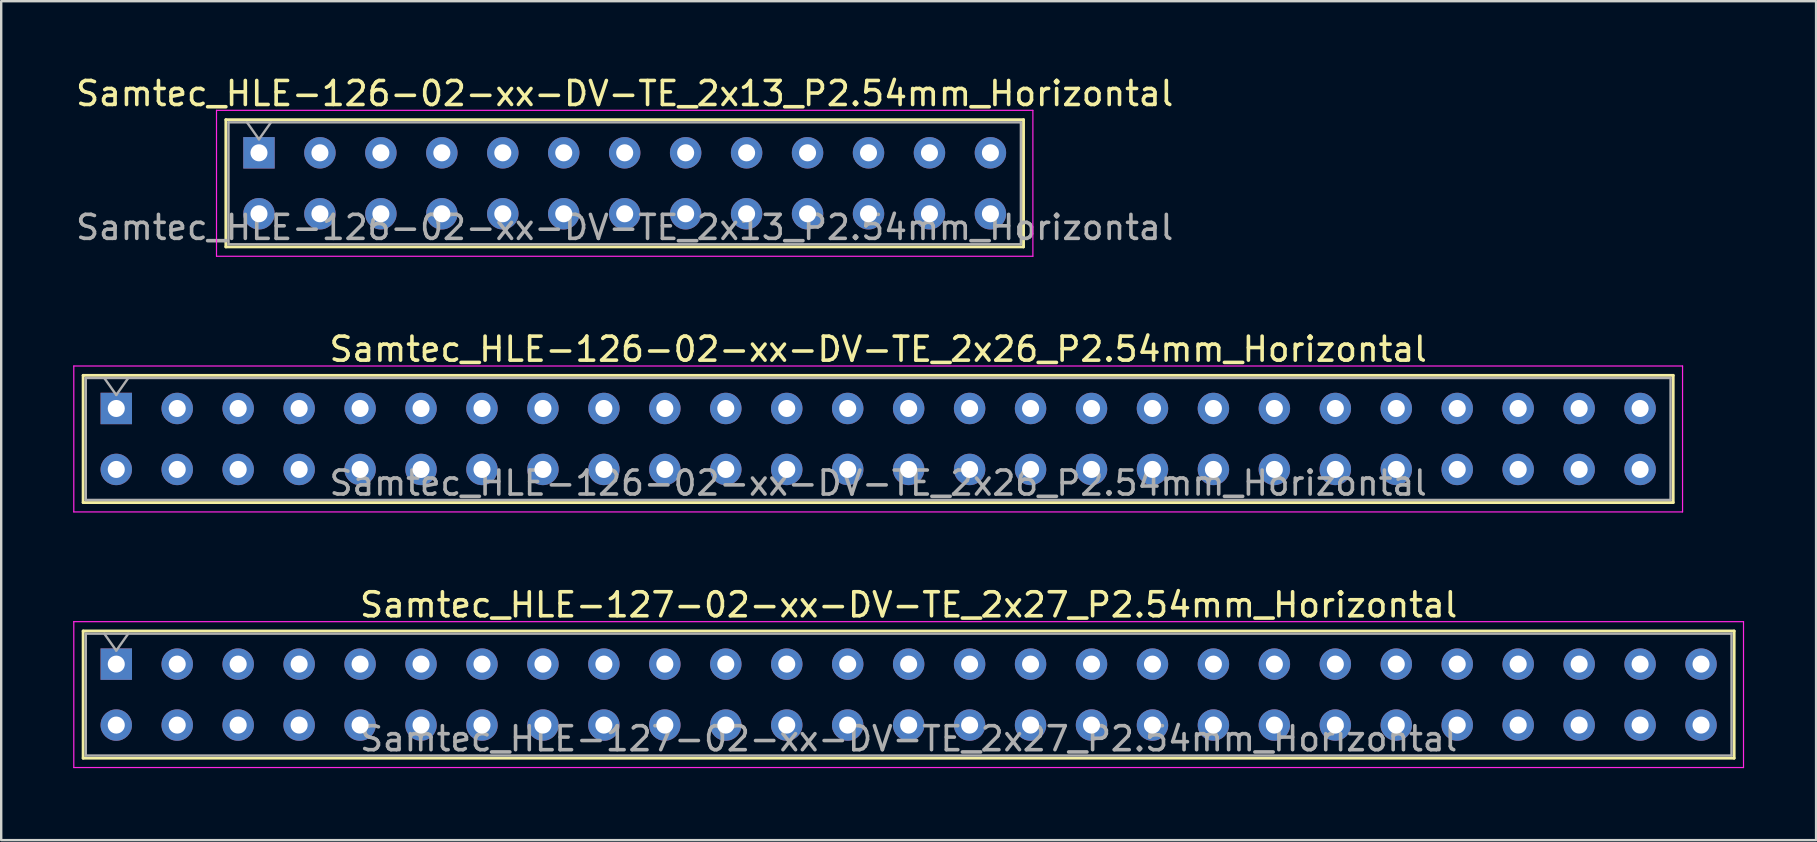
<source format=kicad_pcb>
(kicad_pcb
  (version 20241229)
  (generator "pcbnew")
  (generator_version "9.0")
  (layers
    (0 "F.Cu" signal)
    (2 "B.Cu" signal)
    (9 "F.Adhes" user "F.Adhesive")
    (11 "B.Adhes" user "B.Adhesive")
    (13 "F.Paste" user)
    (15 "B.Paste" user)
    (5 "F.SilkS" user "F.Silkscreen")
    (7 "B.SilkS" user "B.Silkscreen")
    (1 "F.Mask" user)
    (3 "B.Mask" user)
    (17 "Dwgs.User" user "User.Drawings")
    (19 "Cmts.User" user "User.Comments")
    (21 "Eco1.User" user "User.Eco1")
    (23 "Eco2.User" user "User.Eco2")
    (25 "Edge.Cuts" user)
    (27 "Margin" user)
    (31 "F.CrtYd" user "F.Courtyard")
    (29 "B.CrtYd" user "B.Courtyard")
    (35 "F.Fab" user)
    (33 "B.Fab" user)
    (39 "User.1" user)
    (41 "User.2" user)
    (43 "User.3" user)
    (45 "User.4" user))
  (footprint "Samtec_HLE-127-02-xx-DV-TE_2x27_P2.54mm_Horizontal"
    (layer "F.Cu")
    (at 1.795 24.625)
    (property "Reference" "Samtec_HLE-127-02-xx-DV-TE_2x27_P2.54mm_Horizontal" (at 33.02 -2.47 0) (layer "F.SilkS") (effects (font (size 1 1) (thickness 0.15))))
    (attr through_hole)
    (fp_line (start -1.38 -1.38) (end 67.42 -1.38) (stroke (width 0.12) (type solid)) (layer "F.SilkS"))
    (fp_line (start -1.38 3.92) (end -1.38 -1.38) (stroke (width 0.12) (type solid)) (layer "F.SilkS"))
    (fp_line (start 67.42 -1.38) (end 67.42 3.92) (stroke (width 0.12) (type solid)) (layer "F.SilkS"))
    (fp_line (start 67.42 3.92) (end -1.38 3.92) (stroke (width 0.12) (type solid)) (layer "F.SilkS"))
    (fp_line (start -1.77 -1.77) (end 67.81 -1.77) (stroke (width 0.05) (type solid)) (layer "F.CrtYd"))
    (fp_line (start -1.77 4.31) (end -1.77 -1.77) (stroke (width 0.05) (type solid)) (layer "F.CrtYd"))
    (fp_line (start 67.81 -1.77) (end 67.81 4.31) (stroke (width 0.05) (type solid)) (layer "F.CrtYd"))
    (fp_line (start 67.81 4.31) (end -1.77 4.31) (stroke (width 0.05) (type solid)) (layer "F.CrtYd"))
    (fp_line (start -1.27 -1.27) (end 67.31 -1.27) (stroke (width 0.1) (type solid)) (layer "F.Fab"))
    (fp_line (start -1.27 3.81) (end -1.27 -1.27) (stroke (width 0.1) (type solid)) (layer "F.Fab"))
    (fp_line (start -0.5 -1.27) (end 0 -0.563) (stroke (width 0.1) (type solid)) (layer "F.Fab"))
    (fp_line (start 0 -0.563) (end 0.5 -1.27) (stroke (width 0.1) (type solid)) (layer "F.Fab"))
    (fp_line (start 67.31 -1.27) (end 67.31 3.81) (stroke (width 0.1) (type solid)) (layer "F.Fab"))
    (fp_line (start 67.31 3.81) (end -1.27 3.81) (stroke (width 0.1) (type solid)) (layer "F.Fab"))
    (fp_text user "${REFERENCE}" (at 33.02 3.11 0) (layer "F.Fab") (effects (font (size 1 1) (thickness 0.15))))
    (pad "1" thru_hole rect (at 0 0) (size 1.31 1.31) (drill 0.71) (layers "*.Cu" "*.Mask"))
    (pad "2" thru_hole circle (at 0 2.54) (size 1.31 1.31) (drill 0.71) (layers "*.Cu" "*.Mask"))
    (pad "3" thru_hole circle (at 2.54 0) (size 1.31 1.31) (drill 0.71) (layers "*.Cu" "*.Mask"))
    (pad "4" thru_hole circle (at 2.54 2.54) (size 1.31 1.31) (drill 0.71) (layers "*.Cu" "*.Mask"))
    (pad "5" thru_hole circle (at 5.08 0) (size 1.31 1.31) (drill 0.71) (layers "*.Cu" "*.Mask"))
    (pad "6" thru_hole circle (at 5.08 2.54) (size 1.31 1.31) (drill 0.71) (layers "*.Cu" "*.Mask"))
    (pad "7" thru_hole circle (at 7.62 0) (size 1.31 1.31) (drill 0.71) (layers "*.Cu" "*.Mask"))
    (pad "8" thru_hole circle (at 7.62 2.54) (size 1.31 1.31) (drill 0.71) (layers "*.Cu" "*.Mask"))
    (pad "9" thru_hole circle (at 10.16 0) (size 1.31 1.31) (drill 0.71) (layers "*.Cu" "*.Mask"))
    (pad "10" thru_hole circle (at 10.16 2.54) (size 1.31 1.31) (drill 0.71) (layers "*.Cu" "*.Mask"))
    (pad "11" thru_hole circle (at 12.7 0) (size 1.31 1.31) (drill 0.71) (layers "*.Cu" "*.Mask"))
    (pad "12" thru_hole circle (at 12.7 2.54) (size 1.31 1.31) (drill 0.71) (layers "*.Cu" "*.Mask"))
    (pad "13" thru_hole circle (at 15.24 0) (size 1.31 1.31) (drill 0.71) (layers "*.Cu" "*.Mask"))
    (pad "14" thru_hole circle (at 15.24 2.54) (size 1.31 1.31) (drill 0.71) (layers "*.Cu" "*.Mask"))
    (pad "15" thru_hole circle (at 17.78 0) (size 1.31 1.31) (drill 0.71) (layers "*.Cu" "*.Mask"))
    (pad "16" thru_hole circle (at 17.78 2.54) (size 1.31 1.31) (drill 0.71) (layers "*.Cu" "*.Mask"))
    (pad "17" thru_hole circle (at 20.32 0) (size 1.31 1.31) (drill 0.71) (layers "*.Cu" "*.Mask"))
    (pad "18" thru_hole circle (at 20.32 2.54) (size 1.31 1.31) (drill 0.71) (layers "*.Cu" "*.Mask"))
    (pad "19" thru_hole circle (at 22.86 0) (size 1.31 1.31) (drill 0.71) (layers "*.Cu" "*.Mask"))
    (pad "20" thru_hole circle (at 22.86 2.54) (size 1.31 1.31) (drill 0.71) (layers "*.Cu" "*.Mask"))
    (pad "21" thru_hole circle (at 25.4 0) (size 1.31 1.31) (drill 0.71) (layers "*.Cu" "*.Mask"))
    (pad "22" thru_hole circle (at 25.4 2.54) (size 1.31 1.31) (drill 0.71) (layers "*.Cu" "*.Mask"))
    (pad "23" thru_hole circle (at 27.94 0) (size 1.31 1.31) (drill 0.71) (layers "*.Cu" "*.Mask"))
    (pad "24" thru_hole circle (at 27.94 2.54) (size 1.31 1.31) (drill 0.71) (layers "*.Cu" "*.Mask"))
    (pad "25" thru_hole circle (at 30.48 0) (size 1.31 1.31) (drill 0.71) (layers "*.Cu" "*.Mask"))
    (pad "26" thru_hole circle (at 30.48 2.54) (size 1.31 1.31) (drill 0.71) (layers "*.Cu" "*.Mask"))
    (pad "27" thru_hole circle (at 33.02 0) (size 1.31 1.31) (drill 0.71) (layers "*.Cu" "*.Mask"))
    (pad "28" thru_hole circle (at 33.02 2.54) (size 1.31 1.31) (drill 0.71) (layers "*.Cu" "*.Mask"))
    (pad "29" thru_hole circle (at 35.56 0) (size 1.31 1.31) (drill 0.71) (layers "*.Cu" "*.Mask"))
    (pad "30" thru_hole circle (at 35.56 2.54) (size 1.31 1.31) (drill 0.71) (layers "*.Cu" "*.Mask"))
    (pad "31" thru_hole circle (at 38.1 0) (size 1.31 1.31) (drill 0.71) (layers "*.Cu" "*.Mask"))
    (pad "32" thru_hole circle (at 38.1 2.54) (size 1.31 1.31) (drill 0.71) (layers "*.Cu" "*.Mask"))
    (pad "33" thru_hole circle (at 40.64 0) (size 1.31 1.31) (drill 0.71) (layers "*.Cu" "*.Mask"))
    (pad "34" thru_hole circle (at 40.64 2.54) (size 1.31 1.31) (drill 0.71) (layers "*.Cu" "*.Mask"))
    (pad "35" thru_hole circle (at 43.18 0) (size 1.31 1.31) (drill 0.71) (layers "*.Cu" "*.Mask"))
    (pad "36" thru_hole circle (at 43.18 2.54) (size 1.31 1.31) (drill 0.71) (layers "*.Cu" "*.Mask"))
    (pad "37" thru_hole circle (at 45.72 0) (size 1.31 1.31) (drill 0.71) (layers "*.Cu" "*.Mask"))
    (pad "38" thru_hole circle (at 45.72 2.54) (size 1.31 1.31) (drill 0.71) (layers "*.Cu" "*.Mask"))
    (pad "39" thru_hole circle (at 48.26 0) (size 1.31 1.31) (drill 0.71) (layers "*.Cu" "*.Mask"))
    (pad "40" thru_hole circle (at 48.26 2.54) (size 1.31 1.31) (drill 0.71) (layers "*.Cu" "*.Mask"))
    (pad "41" thru_hole circle (at 50.8 0) (size 1.31 1.31) (drill 0.71) (layers "*.Cu" "*.Mask"))
    (pad "42" thru_hole circle (at 50.8 2.54) (size 1.31 1.31) (drill 0.71) (layers "*.Cu" "*.Mask"))
    (pad "43" thru_hole circle (at 53.34 0) (size 1.31 1.31) (drill 0.71) (layers "*.Cu" "*.Mask"))
    (pad "44" thru_hole circle (at 53.34 2.54) (size 1.31 1.31) (drill 0.71) (layers "*.Cu" "*.Mask"))
    (pad "45" thru_hole circle (at 55.88 0) (size 1.31 1.31) (drill 0.71) (layers "*.Cu" "*.Mask"))
    (pad "46" thru_hole circle (at 55.88 2.54) (size 1.31 1.31) (drill 0.71) (layers "*.Cu" "*.Mask"))
    (pad "47" thru_hole circle (at 58.42 0) (size 1.31 1.31) (drill 0.71) (layers "*.Cu" "*.Mask"))
    (pad "48" thru_hole circle (at 58.42 2.54) (size 1.31 1.31) (drill 0.71) (layers "*.Cu" "*.Mask"))
    (pad "49" thru_hole circle (at 60.96 0) (size 1.31 1.31) (drill 0.71) (layers "*.Cu" "*.Mask"))
    (pad "50" thru_hole circle (at 60.96 2.54) (size 1.31 1.31) (drill 0.71) (layers "*.Cu" "*.Mask"))
    (pad "51" thru_hole circle (at 63.5 0) (size 1.31 1.31) (drill 0.71) (layers "*.Cu" "*.Mask"))
    (pad "52" thru_hole circle (at 63.5 2.54) (size 1.31 1.31) (drill 0.71) (layers "*.Cu" "*.Mask"))
    (pad "53" thru_hole circle (at 66.04 0) (size 1.31 1.31) (drill 0.71) (layers "*.Cu" "*.Mask"))
    (pad "54" thru_hole circle (at 66.04 2.54) (size 1.31 1.31) (drill 0.71) (layers "*.Cu" "*.Mask")))
  (footprint "Samtec_HLE-126-02-xx-DV-TE_2x13_P2.54mm_Horizontal"
    (layer "F.Cu")
    (at 7.742 3.318)
    (property "Reference" "Samtec_HLE-126-02-xx-DV-TE_2x13_P2.54mm_Horizontal" (at 15.24 -2.47 0) (layer "F.SilkS") (effects (font (size 1 1) (thickness 0.15))))
    (attr through_hole)
    (fp_line (start -1.38 -1.38) (end 31.86 -1.38) (stroke (width 0.12) (type solid)) (layer "F.SilkS"))
    (fp_line (start -1.38 3.92) (end -1.38 -1.38) (stroke (width 0.12) (type solid)) (layer "F.SilkS"))
    (fp_line (start 31.86 -1.38) (end 31.86 3.92) (stroke (width 0.12) (type solid)) (layer "F.SilkS"))
    (fp_line (start 31.86 3.92) (end -1.38 3.92) (stroke (width 0.12) (type solid)) (layer "F.SilkS"))
    (fp_line (start -1.77 -1.77) (end 32.25 -1.77) (stroke (width 0.05) (type solid)) (layer "F.CrtYd"))
    (fp_line (start -1.77 4.31) (end -1.77 -1.77) (stroke (width 0.05) (type solid)) (layer "F.CrtYd"))
    (fp_line (start 32.25 -1.77) (end 32.25 4.31) (stroke (width 0.05) (type solid)) (layer "F.CrtYd"))
    (fp_line (start 32.25 4.31) (end -1.77 4.31) (stroke (width 0.05) (type solid)) (layer "F.CrtYd"))
    (fp_line (start -1.27 -1.27) (end 31.75 -1.27) (stroke (width 0.1) (type solid)) (layer "F.Fab"))
    (fp_line (start -1.27 3.81) (end -1.27 -1.27) (stroke (width 0.1) (type solid)) (layer "F.Fab"))
    (fp_line (start -0.5 -1.27) (end 0 -0.563) (stroke (width 0.1) (type solid)) (layer "F.Fab"))
    (fp_line (start 0 -0.563) (end 0.5 -1.27) (stroke (width 0.1) (type solid)) (layer "F.Fab"))
    (fp_line (start 31.75 -1.27) (end 31.75 3.81) (stroke (width 0.1) (type solid)) (layer "F.Fab"))
    (fp_line (start 31.75 3.81) (end -1.27 3.81) (stroke (width 0.1) (type solid)) (layer "F.Fab"))
    (fp_text user "${REFERENCE}" (at 15.24 3.11 0) (layer "F.Fab") (effects (font (size 1 1) (thickness 0.15))))
    (pad "1" thru_hole rect (at 0 0) (size 1.31 1.31) (drill 0.71) (layers "*.Cu" "*.Mask"))
    (pad "2" thru_hole circle (at 0 2.54) (size 1.31 1.31) (drill 0.71) (layers "*.Cu" "*.Mask"))
    (pad "3" thru_hole circle (at 2.54 0) (size 1.31 1.31) (drill 0.71) (layers "*.Cu" "*.Mask"))
    (pad "4" thru_hole circle (at 2.54 2.54) (size 1.31 1.31) (drill 0.71) (layers "*.Cu" "*.Mask"))
    (pad "5" thru_hole circle (at 5.08 0) (size 1.31 1.31) (drill 0.71) (layers "*.Cu" "*.Mask"))
    (pad "6" thru_hole circle (at 5.08 2.54) (size 1.31 1.31) (drill 0.71) (layers "*.Cu" "*.Mask"))
    (pad "7" thru_hole circle (at 7.62 0) (size 1.31 1.31) (drill 0.71) (layers "*.Cu" "*.Mask"))
    (pad "8" thru_hole circle (at 7.62 2.54) (size 1.31 1.31) (drill 0.71) (layers "*.Cu" "*.Mask"))
    (pad "9" thru_hole circle (at 10.16 0) (size 1.31 1.31) (drill 0.71) (layers "*.Cu" "*.Mask"))
    (pad "10" thru_hole circle (at 10.16 2.54) (size 1.31 1.31) (drill 0.71) (layers "*.Cu" "*.Mask"))
    (pad "11" thru_hole circle (at 12.7 0) (size 1.31 1.31) (drill 0.71) (layers "*.Cu" "*.Mask"))
    (pad "12" thru_hole circle (at 12.7 2.54) (size 1.31 1.31) (drill 0.71) (layers "*.Cu" "*.Mask"))
    (pad "13" thru_hole circle (at 15.24 0) (size 1.31 1.31) (drill 0.71) (layers "*.Cu" "*.Mask"))
    (pad "14" thru_hole circle (at 15.24 2.54) (size 1.31 1.31) (drill 0.71) (layers "*.Cu" "*.Mask"))
    (pad "15" thru_hole circle (at 17.78 0) (size 1.31 1.31) (drill 0.71) (layers "*.Cu" "*.Mask"))
    (pad "16" thru_hole circle (at 17.78 2.54) (size 1.31 1.31) (drill 0.71) (layers "*.Cu" "*.Mask"))
    (pad "17" thru_hole circle (at 20.32 0) (size 1.31 1.31) (drill 0.71) (layers "*.Cu" "*.Mask"))
    (pad "18" thru_hole circle (at 20.32 2.54) (size 1.31 1.31) (drill 0.71) (layers "*.Cu" "*.Mask"))
    (pad "19" thru_hole circle (at 22.86 0) (size 1.31 1.31) (drill 0.71) (layers "*.Cu" "*.Mask"))
    (pad "20" thru_hole circle (at 22.86 2.54) (size 1.31 1.31) (drill 0.71) (layers "*.Cu" "*.Mask"))
    (pad "21" thru_hole circle (at 25.4 0) (size 1.31 1.31) (drill 0.71) (layers "*.Cu" "*.Mask"))
    (pad "22" thru_hole circle (at 25.4 2.54) (size 1.31 1.31) (drill 0.71) (layers "*.Cu" "*.Mask"))
    (pad "23" thru_hole circle (at 27.94 0) (size 1.31 1.31) (drill 0.71) (layers "*.Cu" "*.Mask"))
    (pad "24" thru_hole circle (at 27.94 2.54) (size 1.31 1.31) (drill 0.71) (layers "*.Cu" "*.Mask"))
    (pad "25" thru_hole circle (at 30.48 0) (size 1.31 1.31) (drill 0.71) (layers "*.Cu" "*.Mask"))
    (pad "26" thru_hole circle (at 30.48 2.54) (size 1.31 1.31) (drill 0.71) (layers "*.Cu" "*.Mask")))
  (footprint "Samtec_HLE-126-02-xx-DV-TE_2x26_P2.54mm_Horizontal"
    (layer "F.Cu")
    (at 1.795 13.972)
    (property "Reference" "Samtec_HLE-126-02-xx-DV-TE_2x26_P2.54mm_Horizontal" (at 31.75 -2.47 0) (layer "F.SilkS") (effects (font (size 1 1) (thickness 0.15))))
    (attr through_hole)
    (fp_line (start -1.38 -1.38) (end 64.88 -1.38) (stroke (width 0.12) (type solid)) (layer "F.SilkS"))
    (fp_line (start -1.38 3.92) (end -1.38 -1.38) (stroke (width 0.12) (type solid)) (layer "F.SilkS"))
    (fp_line (start 64.88 -1.38) (end 64.88 3.92) (stroke (width 0.12) (type solid)) (layer "F.SilkS"))
    (fp_line (start 64.88 3.92) (end -1.38 3.92) (stroke (width 0.12) (type solid)) (layer "F.SilkS"))
    (fp_line (start -1.77 -1.77) (end 65.27 -1.77) (stroke (width 0.05) (type solid)) (layer "F.CrtYd"))
    (fp_line (start -1.77 4.31) (end -1.77 -1.77) (stroke (width 0.05) (type solid)) (layer "F.CrtYd"))
    (fp_line (start 65.27 -1.77) (end 65.27 4.31) (stroke (width 0.05) (type solid)) (layer "F.CrtYd"))
    (fp_line (start 65.27 4.31) (end -1.77 4.31) (stroke (width 0.05) (type solid)) (layer "F.CrtYd"))
    (fp_line (start -1.27 -1.27) (end 64.77 -1.27) (stroke (width 0.1) (type solid)) (layer "F.Fab"))
    (fp_line (start -1.27 3.81) (end -1.27 -1.27) (stroke (width 0.1) (type solid)) (layer "F.Fab"))
    (fp_line (start -0.5 -1.27) (end 0 -0.563) (stroke (width 0.1) (type solid)) (layer "F.Fab"))
    (fp_line (start 0 -0.563) (end 0.5 -1.27) (stroke (width 0.1) (type solid)) (layer "F.Fab"))
    (fp_line (start 64.77 -1.27) (end 64.77 3.81) (stroke (width 0.1) (type solid)) (layer "F.Fab"))
    (fp_line (start 64.77 3.81) (end -1.27 3.81) (stroke (width 0.1) (type solid)) (layer "F.Fab"))
    (fp_text user "${REFERENCE}" (at 31.75 3.11 0) (layer "F.Fab") (effects (font (size 1 1) (thickness 0.15))))
    (pad "1" thru_hole rect (at 0 0) (size 1.31 1.31) (drill 0.71) (layers "*.Cu" "*.Mask"))
    (pad "2" thru_hole circle (at 0 2.54) (size 1.31 1.31) (drill 0.71) (layers "*.Cu" "*.Mask"))
    (pad "3" thru_hole circle (at 2.54 0) (size 1.31 1.31) (drill 0.71) (layers "*.Cu" "*.Mask"))
    (pad "4" thru_hole circle (at 2.54 2.54) (size 1.31 1.31) (drill 0.71) (layers "*.Cu" "*.Mask"))
    (pad "5" thru_hole circle (at 5.08 0) (size 1.31 1.31) (drill 0.71) (layers "*.Cu" "*.Mask"))
    (pad "6" thru_hole circle (at 5.08 2.54) (size 1.31 1.31) (drill 0.71) (layers "*.Cu" "*.Mask"))
    (pad "7" thru_hole circle (at 7.62 0) (size 1.31 1.31) (drill 0.71) (layers "*.Cu" "*.Mask"))
    (pad "8" thru_hole circle (at 7.62 2.54) (size 1.31 1.31) (drill 0.71) (layers "*.Cu" "*.Mask"))
    (pad "9" thru_hole circle (at 10.16 0) (size 1.31 1.31) (drill 0.71) (layers "*.Cu" "*.Mask"))
    (pad "10" thru_hole circle (at 10.16 2.54) (size 1.31 1.31) (drill 0.71) (layers "*.Cu" "*.Mask"))
    (pad "11" thru_hole circle (at 12.7 0) (size 1.31 1.31) (drill 0.71) (layers "*.Cu" "*.Mask"))
    (pad "12" thru_hole circle (at 12.7 2.54) (size 1.31 1.31) (drill 0.71) (layers "*.Cu" "*.Mask"))
    (pad "13" thru_hole circle (at 15.24 0) (size 1.31 1.31) (drill 0.71) (layers "*.Cu" "*.Mask"))
    (pad "14" thru_hole circle (at 15.24 2.54) (size 1.31 1.31) (drill 0.71) (layers "*.Cu" "*.Mask"))
    (pad "15" thru_hole circle (at 17.78 0) (size 1.31 1.31) (drill 0.71) (layers "*.Cu" "*.Mask"))
    (pad "16" thru_hole circle (at 17.78 2.54) (size 1.31 1.31) (drill 0.71) (layers "*.Cu" "*.Mask"))
    (pad "17" thru_hole circle (at 20.32 0) (size 1.31 1.31) (drill 0.71) (layers "*.Cu" "*.Mask"))
    (pad "18" thru_hole circle (at 20.32 2.54) (size 1.31 1.31) (drill 0.71) (layers "*.Cu" "*.Mask"))
    (pad "19" thru_hole circle (at 22.86 0) (size 1.31 1.31) (drill 0.71) (layers "*.Cu" "*.Mask"))
    (pad "20" thru_hole circle (at 22.86 2.54) (size 1.31 1.31) (drill 0.71) (layers "*.Cu" "*.Mask"))
    (pad "21" thru_hole circle (at 25.4 0) (size 1.31 1.31) (drill 0.71) (layers "*.Cu" "*.Mask"))
    (pad "22" thru_hole circle (at 25.4 2.54) (size 1.31 1.31) (drill 0.71) (layers "*.Cu" "*.Mask"))
    (pad "23" thru_hole circle (at 27.94 0) (size 1.31 1.31) (drill 0.71) (layers "*.Cu" "*.Mask"))
    (pad "24" thru_hole circle (at 27.94 2.54) (size 1.31 1.31) (drill 0.71) (layers "*.Cu" "*.Mask"))
    (pad "25" thru_hole circle (at 30.48 0) (size 1.31 1.31) (drill 0.71) (layers "*.Cu" "*.Mask"))
    (pad "26" thru_hole circle (at 30.48 2.54) (size 1.31 1.31) (drill 0.71) (layers "*.Cu" "*.Mask"))
    (pad "27" thru_hole circle (at 33.02 0) (size 1.31 1.31) (drill 0.71) (layers "*.Cu" "*.Mask"))
    (pad "28" thru_hole circle (at 33.02 2.54) (size 1.31 1.31) (drill 0.71) (layers "*.Cu" "*.Mask"))
    (pad "29" thru_hole circle (at 35.56 0) (size 1.31 1.31) (drill 0.71) (layers "*.Cu" "*.Mask"))
    (pad "30" thru_hole circle (at 35.56 2.54) (size 1.31 1.31) (drill 0.71) (layers "*.Cu" "*.Mask"))
    (pad "31" thru_hole circle (at 38.1 0) (size 1.31 1.31) (drill 0.71) (layers "*.Cu" "*.Mask"))
    (pad "32" thru_hole circle (at 38.1 2.54) (size 1.31 1.31) (drill 0.71) (layers "*.Cu" "*.Mask"))
    (pad "33" thru_hole circle (at 40.64 0) (size 1.31 1.31) (drill 0.71) (layers "*.Cu" "*.Mask"))
    (pad "34" thru_hole circle (at 40.64 2.54) (size 1.31 1.31) (drill 0.71) (layers "*.Cu" "*.Mask"))
    (pad "35" thru_hole circle (at 43.18 0) (size 1.31 1.31) (drill 0.71) (layers "*.Cu" "*.Mask"))
    (pad "36" thru_hole circle (at 43.18 2.54) (size 1.31 1.31) (drill 0.71) (layers "*.Cu" "*.Mask"))
    (pad "37" thru_hole circle (at 45.72 0) (size 1.31 1.31) (drill 0.71) (layers "*.Cu" "*.Mask"))
    (pad "38" thru_hole circle (at 45.72 2.54) (size 1.31 1.31) (drill 0.71) (layers "*.Cu" "*.Mask"))
    (pad "39" thru_hole circle (at 48.26 0) (size 1.31 1.31) (drill 0.71) (layers "*.Cu" "*.Mask"))
    (pad "40" thru_hole circle (at 48.26 2.54) (size 1.31 1.31) (drill 0.71) (layers "*.Cu" "*.Mask"))
    (pad "41" thru_hole circle (at 50.8 0) (size 1.31 1.31) (drill 0.71) (layers "*.Cu" "*.Mask"))
    (pad "42" thru_hole circle (at 50.8 2.54) (size 1.31 1.31) (drill 0.71) (layers "*.Cu" "*.Mask"))
    (pad "43" thru_hole circle (at 53.34 0) (size 1.31 1.31) (drill 0.71) (layers "*.Cu" "*.Mask"))
    (pad "44" thru_hole circle (at 53.34 2.54) (size 1.31 1.31) (drill 0.71) (layers "*.Cu" "*.Mask"))
    (pad "45" thru_hole circle (at 55.88 0) (size 1.31 1.31) (drill 0.71) (layers "*.Cu" "*.Mask"))
    (pad "46" thru_hole circle (at 55.88 2.54) (size 1.31 1.31) (drill 0.71) (layers "*.Cu" "*.Mask"))
    (pad "47" thru_hole circle (at 58.42 0) (size 1.31 1.31) (drill 0.71) (layers "*.Cu" "*.Mask"))
    (pad "48" thru_hole circle (at 58.42 2.54) (size 1.31 1.31) (drill 0.71) (layers "*.Cu" "*.Mask"))
    (pad "49" thru_hole circle (at 60.96 0) (size 1.31 1.31) (drill 0.71) (layers "*.Cu" "*.Mask"))
    (pad "50" thru_hole circle (at 60.96 2.54) (size 1.31 1.31) (drill 0.71) (layers "*.Cu" "*.Mask"))
    (pad "51" thru_hole circle (at 63.5 0) (size 1.31 1.31) (drill 0.71) (layers "*.Cu" "*.Mask"))
    (pad "52" thru_hole circle (at 63.5 2.54) (size 1.31 1.31) (drill 0.71) (layers "*.Cu" "*.Mask")))
  (gr_rect
    (start -3 -3)
    (end 72.63 31.96)
    (stroke (width 0.1) (type default))
    (fill no)
    (layer "Edge.Cuts")))
</source>
